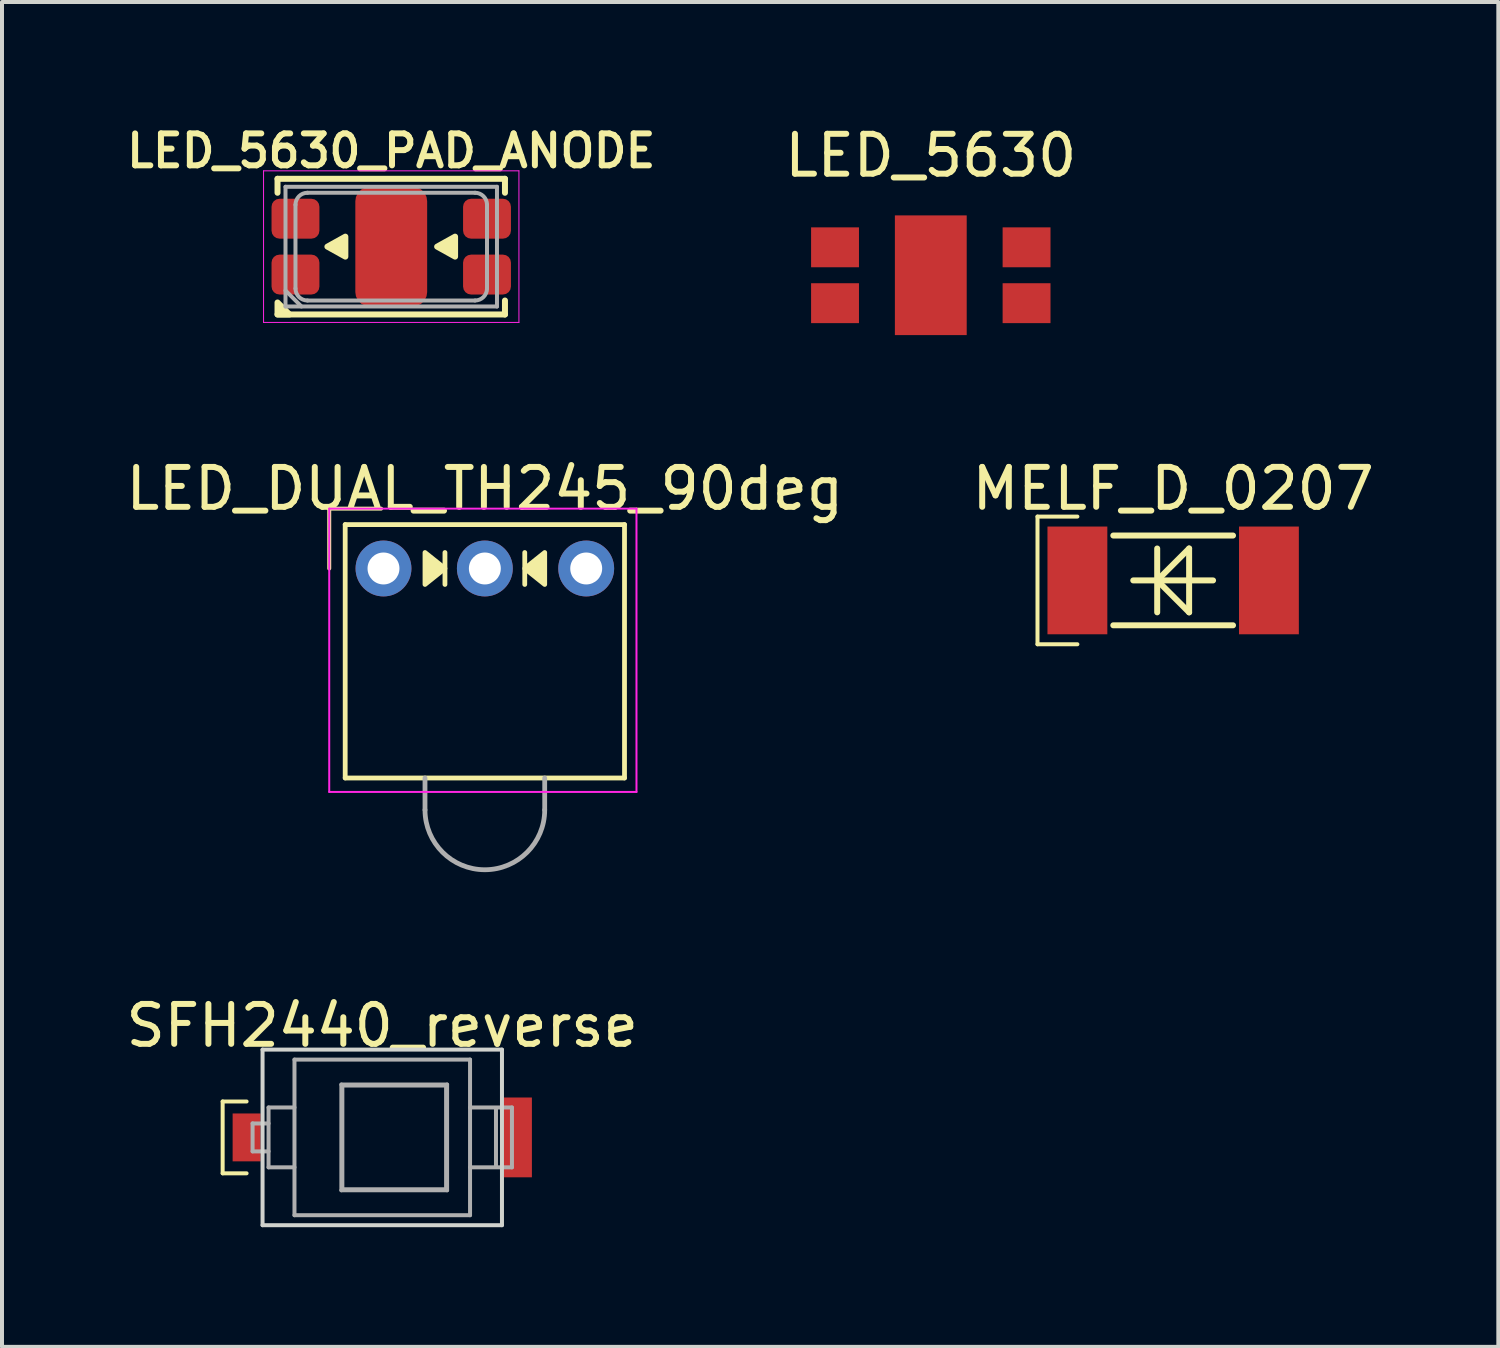
<source format=kicad_pcb>
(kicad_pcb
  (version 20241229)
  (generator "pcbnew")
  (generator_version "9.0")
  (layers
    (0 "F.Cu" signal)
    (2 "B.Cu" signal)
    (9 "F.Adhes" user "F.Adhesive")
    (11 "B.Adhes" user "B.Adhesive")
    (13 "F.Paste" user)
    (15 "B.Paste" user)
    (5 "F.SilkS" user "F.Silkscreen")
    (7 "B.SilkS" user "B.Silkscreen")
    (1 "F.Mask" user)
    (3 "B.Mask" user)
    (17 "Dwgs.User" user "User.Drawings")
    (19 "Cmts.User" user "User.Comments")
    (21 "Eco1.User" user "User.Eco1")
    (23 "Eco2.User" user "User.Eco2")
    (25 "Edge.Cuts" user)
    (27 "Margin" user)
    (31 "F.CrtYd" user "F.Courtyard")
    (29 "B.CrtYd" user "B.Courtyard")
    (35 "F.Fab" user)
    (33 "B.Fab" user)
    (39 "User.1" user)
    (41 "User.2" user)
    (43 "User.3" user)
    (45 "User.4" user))
  (footprint "MELF_D_0207"
    (layer "F.Cu")
    (at 26.351 11.496)
    (property "Reference" "MELF_D_0207" (at 0 -2.3 0) (layer "F.SilkS") (effects (font (size 1 1) (thickness 0.15))))
    (attr through_hole)
    (fp_line (start -3.4 -1.6) (end -3.4 1.6) (stroke (width 0.1) (type default)) (layer "F.SilkS"))
    (fp_line (start -3.4 -1.6) (end -2.4 -1.6) (stroke (width 0.1) (type default)) (layer "F.SilkS"))
    (fp_line (start -3.4 1.6) (end -2.4 1.6) (stroke (width 0.1) (type default)) (layer "F.SilkS"))
    (fp_line (start -1.5 -1.125) (end 1.5 -1.125) (stroke (width 0.15) (type solid)) (layer "F.SilkS"))
    (fp_line (start -1.5 1.125) (end 1.5 1.125) (stroke (width 0.15) (type solid)) (layer "F.SilkS"))
    (fp_line (start -0.4 -0.8) (end -0.4 0.8) (stroke (width 0.15) (type solid)) (layer "F.SilkS"))
    (fp_line (start -0.4 0) (end 0.4 -0.8) (stroke (width 0.15) (type solid)) (layer "F.SilkS"))
    (fp_line (start 0.4 -0.8) (end 0.4 0.8) (stroke (width 0.15) (type solid)) (layer "F.SilkS"))
    (fp_line (start 0.4 0.8) (end -0.4 0) (stroke (width 0.15) (type solid)) (layer "F.SilkS"))
    (fp_line (start 1 0) (end -1 0) (stroke (width 0.15) (type solid)) (layer "F.SilkS"))
    (pad "1" smd rect (at -2.4 0) (size 1.5 2.7) (layers "F.Cu" "F.Mask" "F.Paste"))
    (pad "2" smd rect (at 2.4 0) (size 1.5 2.7) (layers "F.Cu" "F.Mask" "F.Paste")))
  (footprint "LED_DUAL_TH245_90deg"
    (layer "F.Cu")
    (at 9.101 11.197)
    (property "Reference" "LED_DUAL_TH245_90deg" (at 0 -2 0) (unlocked yes) (layer "F.SilkS") (effects (font (size 1 1) (thickness 0.15))))
    (attr through_hole)
    (fp_line (start -3.9 -1.5) (end -3.9 0) (stroke (width 0.1) (type default)) (layer "F.SilkS"))
    (fp_line (start -3.9 -1.5) (end -2.6 -1.5) (stroke (width 0.1) (type default)) (layer "F.SilkS"))
    (fp_line (start -3.5 -1.1) (end 3.5 -1.1) (stroke (width 0.12) (type solid)) (layer "F.SilkS"))
    (fp_line (start -3.5 5.25) (end -3.5 -1.1) (stroke (width 0.12) (type solid)) (layer "F.SilkS"))
    (fp_line (start -3.5 5.25) (end 3.5 5.25) (stroke (width 0.12) (type solid)) (layer "F.SilkS"))
    (fp_line (start -1 -0.4) (end -1 0.4) (stroke (width 0.12) (type solid)) (layer "F.SilkS"))
    (fp_line (start 1 0.4) (end 1 -0.4) (stroke (width 0.12) (type solid)) (layer "F.SilkS"))
    (fp_line (start 3.5 5.25) (end 3.5 -1.1) (stroke (width 0.12) (type solid)) (layer "F.SilkS"))
    (fp_poly (pts (xy -1 0) (xy -1.5 0.4) (xy -1.5 -0.4)) (stroke (width 0.12) (type solid)) (fill yes) (layer "F.SilkS"))
    (fp_poly (pts (xy 1 0) (xy 1.5 -0.4) (xy 1.5 0.4)) (stroke (width 0.12) (type solid)) (fill yes) (layer "F.SilkS"))
    (fp_line (start -3.9 -1.5) (end -3.9 5.6) (stroke (width 0.05) (type solid)) (layer "F.CrtYd"))
    (fp_line (start -3.9 5.6) (end 3.8 5.6) (stroke (width 0.05) (type solid)) (layer "F.CrtYd"))
    (fp_line (start 3.8 -1.5) (end -3.9 -1.5) (stroke (width 0.05) (type solid)) (layer "F.CrtYd"))
    (fp_line (start 3.8 5.6) (end 3.8 -1.5) (stroke (width 0.05) (type solid)) (layer "F.CrtYd"))
    (fp_line (start -1.5 6.05) (end -1.5 5.25) (stroke (width 0.12) (type solid)) (layer "F.Fab"))
    (fp_line (start 1.5 6.05) (end 1.5 5.25) (stroke (width 0.12) (type solid)) (layer "F.Fab"))
    (fp_arc (start 1.5 6.05) (mid 0 7.55) (end -1.5 6.05) (stroke (width 0.12) (type solid)) (layer "F.Fab"))
    (pad "1" thru_hole circle (at -2.54 0) (size 1.4 1.4) (drill 0.8) (layers "*.Cu" "*.Mask"))
    (pad "2" thru_hole circle (at 0 0) (size 1.4 1.4) (drill 0.8) (layers "*.Cu" "*.Mask"))
    (pad "3" thru_hole circle (at 2.54 0) (size 1.4 1.4) (drill 0.8) (layers "*.Cu" "*.Mask")))
  (footprint "LED_5630"
    (layer "F.Cu")
    (at 20.277 3.848)
    (property "Reference" "LED_5630" (at 0 -3 0) (layer "F.SilkS") (effects (font (size 1 1) (thickness 0.15))))
    (attr through_hole)
    (fp_poly (pts (xy 0.85 0.6) (xy -0.85 0.6) (xy -0.85 -0.6) (xy 0.85 -0.6)) (stroke (width 0.1) (type solid)) (fill yes) (layer "F.Mask"))
    (fp_poly (pts (xy -0.15 -0.15) (xy -0.8 -0.15) (xy -0.8 -0.55) (xy -0.15 -0.55)) (stroke (width 0.1) (type solid)) (fill yes) (layer "F.Paste"))
    (fp_poly (pts (xy -0.15 0.55) (xy -0.8 0.55) (xy -0.8 0.15) (xy -0.15 0.15)) (stroke (width 0.1) (type solid)) (fill yes) (layer "F.Paste"))
    (fp_poly (pts (xy 0.8 -0.15) (xy 0.15 -0.15) (xy 0.15 -0.55) (xy 0.8 -0.55)) (stroke (width 0.1) (type solid)) (fill yes) (layer "F.Paste"))
    (fp_poly (pts (xy 0.8 0.55) (xy 0.15 0.55) (xy 0.15 0.15) (xy 0.8 0.15)) (stroke (width 0.1) (type solid)) (fill yes) (layer "F.Paste"))
    (pad "1" smd rect (at -2.4 -0.7) (size 1.2 1) (layers "F.Cu" "F.Mask" "F.Paste"))
    (pad "1" smd rect (at -2.4 0.7) (size 1.2 1) (layers "F.Cu" "F.Mask" "F.Paste"))
    (pad "2" smd rect (at 2.4 -0.7) (size 1.2 1) (layers "F.Cu" "F.Mask" "F.Paste"))
    (pad "2" smd rect (at 2.4 0.7) (size 1.2 1) (layers "F.Cu" "F.Mask" "F.Paste"))
    (pad "3" smd rect (at 0 0) (size 1.8 3) (layers "F.Cu")))
  (footprint "SFH2440_reverse"
    (layer "F.Cu")
    (at 6.53 25.455)
    (property "Reference" "SFH2440_reverse" (at 0 -2.8 0) (layer "F.SilkS") (effects (font (size 1 1) (thickness 0.15))))
    (attr smd)
    (fp_line (start -4 -0.9) (end -4 0.9) (stroke (width 0.1) (type default)) (layer "F.SilkS"))
    (fp_line (start -4 -0.9) (end -3.4 -0.9) (stroke (width 0.1) (type default)) (layer "F.SilkS"))
    (fp_line (start -4 0.9) (end -3.4 0.9) (stroke (width 0.1) (type default)) (layer "F.SilkS"))
    (fp_line (start -3 -2.2) (end 3 -2.2) (stroke (width 0.1) (type solid)) (layer "Edge.Cuts"))
    (fp_line (start -3 2.2) (end -3 -2.2) (stroke (width 0.1) (type solid)) (layer "Edge.Cuts"))
    (fp_line (start 3 -2.2) (end 3 2.2) (stroke (width 0.1) (type solid)) (layer "Edge.Cuts"))
    (fp_line (start 3 2.2) (end -3 2.2) (stroke (width 0.1) (type solid)) (layer "Edge.Cuts"))
    (fp_line (start -3.25 -0.35) (end -3.25 0.35) (stroke (width 0.1) (type solid)) (layer "F.Fab"))
    (fp_line (start -3.25 -0.35) (end -2.85 -0.35) (stroke (width 0.1) (type solid)) (layer "F.Fab"))
    (fp_line (start -3.25 0.35) (end -2.85 0.35) (stroke (width 0.1) (type solid)) (layer "F.Fab"))
    (fp_line (start -2.85 -0.75) (end -2.85 0.75) (stroke (width 0.1) (type solid)) (layer "F.Fab"))
    (fp_line (start -2.85 -0.75) (end -2.2 -0.75) (stroke (width 0.1) (type solid)) (layer "F.Fab"))
    (fp_line (start -2.85 0.75) (end -2.2 0.75) (stroke (width 0.1) (type solid)) (layer "F.Fab"))
    (fp_line (start -2.2 -1.95) (end 2.2 -1.95) (stroke (width 0.1) (type solid)) (layer "F.Fab"))
    (fp_line (start -2.2 1.95) (end -2.2 -1.95) (stroke (width 0.1) (type solid)) (layer "F.Fab"))
    (fp_line (start -1.025 -1.325) (end -1.025 1.325) (stroke (width 0.1) (type solid)) (layer "F.Fab"))
    (fp_line (start -1.025 1.325) (end 1.625 1.325) (stroke (width 0.1) (type solid)) (layer "F.Fab"))
    (fp_line (start 1.625 -1.325) (end -1.025 -1.325) (stroke (width 0.1) (type solid)) (layer "F.Fab"))
    (fp_line (start 1.625 1.325) (end 1.625 -1.325) (stroke (width 0.1) (type solid)) (layer "F.Fab"))
    (fp_line (start 2.2 -1.95) (end 2.2 1.95) (stroke (width 0.1) (type solid)) (layer "F.Fab"))
    (fp_line (start 2.2 1.95) (end -2.2 1.95) (stroke (width 0.1) (type solid)) (layer "F.Fab"))
    (fp_line (start 2.85 -0.7) (end 2.85 0.7) (stroke (width 0.1) (type solid)) (layer "F.Fab"))
    (fp_line (start 3.25 -0.75) (end 2.2 -0.75) (stroke (width 0.1) (type solid)) (layer "F.Fab"))
    (fp_line (start 3.25 0.75) (end 2.2 0.75) (stroke (width 0.1) (type solid)) (layer "F.Fab"))
    (fp_line (start 3.25 0.75) (end 3.25 -0.75) (stroke (width 0.1) (type solid)) (layer "F.Fab"))
    (fp_poly (pts (xy -1 -1.3) (xy 1.6 -1.3) (xy 1.6 1.3) (xy -1 1.3)) (stroke (width 0.1) (type solid)) (fill no) (layer "F.Fab"))
    (pad "1" smd rect (at -3.4 0) (size 0.7 1.2) (layers "F.Cu" "F.Mask" "F.Paste"))
    (pad "2" smd rect (at 3.4 0) (size 0.7 2) (layers "F.Cu" "F.Mask" "F.Paste")))
  (footprint "LED_5630_PAD_ANODE"
    (layer "F.Cu")
    (at 6.755 3.131)
    (property "Reference" "LED_5630_PAD_ANODE" (at 0 -2.4 0) (layer "F.SilkS") (effects (font (size 0.8 0.8) (thickness 0.15))))
    (attr through_hole)
    (fp_poly (pts (xy 0.85 0.6) (xy -0.85 0.6) (xy -0.85 -0.6) (xy 0.85 -0.6)) (stroke (width 0.1) (type solid)) (fill yes) (layer "F.Mask"))
    (fp_line (start -2.85 -1.7) (end -2.85 -1.35) (stroke (width 0.15) (type solid)) (layer "F.SilkS"))
    (fp_line (start -2.85 1.7) (end 2.85 1.7) (stroke (width 0.15) (type solid)) (layer "F.SilkS"))
    (fp_line (start 2.85 -1.7) (end -2.85 -1.7) (stroke (width 0.15) (type solid)) (layer "F.SilkS"))
    (fp_line (start 2.85 -1.7) (end 2.85 -1.35) (stroke (width 0.15) (type solid)) (layer "F.SilkS"))
    (fp_line (start 2.85 1.35) (end 2.85 1.7) (stroke (width 0.15) (type solid)) (layer "F.SilkS"))
    (fp_poly (pts (xy -2.85 1.7) (xy -2.85 1.4) (xy -2.55 1.7)) (stroke (width 0.15) (type solid)) (fill yes) (layer "F.SilkS"))
    (fp_poly (pts (xy -1.6 0) (xy -1.15 -0.25) (xy -1.15 0.25)) (stroke (width 0.15) (type solid)) (fill yes) (layer "F.SilkS"))
    (fp_poly (pts (xy 1.15 0) (xy 1.6 -0.25) (xy 1.6 0.25)) (stroke (width 0.15) (type solid)) (fill yes) (layer "F.SilkS"))
    (fp_poly (pts (xy -0.15 -0.15) (xy -0.8 -0.15) (xy -0.8 -0.55) (xy -0.15 -0.55)) (stroke (width 0.1) (type solid)) (fill yes) (layer "F.Paste"))
    (fp_poly (pts (xy -0.15 0.55) (xy -0.8 0.55) (xy -0.8 0.15) (xy -0.15 0.15)) (stroke (width 0.1) (type solid)) (fill yes) (layer "F.Paste"))
    (fp_poly (pts (xy 0.8 -0.15) (xy 0.15 -0.15) (xy 0.15 -0.55) (xy 0.8 -0.55)) (stroke (width 0.1) (type solid)) (fill yes) (layer "F.Paste"))
    (fp_poly (pts (xy 0.8 0.55) (xy 0.15 0.55) (xy 0.15 0.15) (xy 0.8 0.15)) (stroke (width 0.1) (type solid)) (fill yes) (layer "F.Paste"))
    (fp_line (start -3.2 -1.9) (end -3.2 1.9) (stroke (width 0.025) (type solid)) (layer "F.CrtYd"))
    (fp_line (start -3.2 -1.9) (end 3.2 -1.9) (stroke (width 0.025) (type solid)) (layer "F.CrtYd"))
    (fp_line (start -3.2 1.9) (end 3.2 1.9) (stroke (width 0.025) (type solid)) (layer "F.CrtYd"))
    (fp_line (start 3.2 -1.9) (end 3.2 1.9) (stroke (width 0.025) (type solid)) (layer "F.CrtYd"))
    (fp_line (start -2.65 -1.5) (end 2.65 -1.5) (stroke (width 0.1) (type solid)) (layer "F.Fab"))
    (fp_line (start -2.65 1.1) (end -2.25 1.5) (stroke (width 0.1) (type solid)) (layer "F.Fab"))
    (fp_line (start -2.65 1.5) (end -2.65 -1.5) (stroke (width 0.1) (type solid)) (layer "F.Fab"))
    (fp_line (start -2.65 1.5) (end 2.65 1.5) (stroke (width 0.1) (type solid)) (layer "F.Fab"))
    (fp_line (start -2.4 -1.05) (end -2.4 1.05) (stroke (width 0.1) (type solid)) (layer "F.Fab"))
    (fp_line (start -2.1 -1.35) (end 2.1 -1.35) (stroke (width 0.1) (type solid)) (layer "F.Fab"))
    (fp_line (start -2.1 1.35) (end 2.1 1.35) (stroke (width 0.1) (type solid)) (layer "F.Fab"))
    (fp_line (start 2.4 -1.05) (end 2.4 1.05) (stroke (width 0.1) (type solid)) (layer "F.Fab"))
    (fp_line (start 2.65 -1.5) (end 2.65 1.5) (stroke (width 0.1) (type solid)) (layer "F.Fab"))
    (fp_arc (start -2.4 -1.05) (mid -2.312132 -1.262132) (end -2.1 -1.35) (stroke (width 0.1) (type solid)) (layer "F.Fab"))
    (fp_arc (start -2.1 1.35) (mid -2.312132 1.262132) (end -2.4 1.05) (stroke (width 0.1) (type solid)) (layer "F.Fab"))
    (fp_arc (start 2.1 -1.35) (mid 2.312132 -1.262132) (end 2.4 -1.05) (stroke (width 0.1) (type solid)) (layer "F.Fab"))
    (fp_arc (start 2.4 1.05) (mid 2.312132 1.262132) (end 2.1 1.35) (stroke (width 0.1) (type solid)) (layer "F.Fab"))
    (pad "1" smd roundrect (at -2.4 -0.7) (size 1.2 1) (layers "F.Cu" "F.Mask" "F.Paste") (roundrect_rratio 0.2))
    (pad "1" smd roundrect (at -2.4 0.7) (size 1.2 1) (layers "F.Cu" "F.Mask" "F.Paste") (roundrect_rratio 0.2))
    (pad "2" smd roundrect (at 0 0) (size 1.8 3) (layers "F.Cu") (roundrect_rratio 0.2))
    (pad "2" smd roundrect (at 2.4 -0.7) (size 1.2 1) (layers "F.Cu" "F.Mask" "F.Paste") (roundrect_rratio 0.2))
    (pad "2" smd roundrect (at 2.4 0.7) (size 1.2 1) (layers "F.Cu" "F.Mask" "F.Paste") (roundrect_rratio 0.2)))
  (gr_rect
    (start -3 -3)
    (end 34.5 30.705)
    (stroke (width 0.1) (type default))
    (fill no)
    (layer "Edge.Cuts")))
</source>
